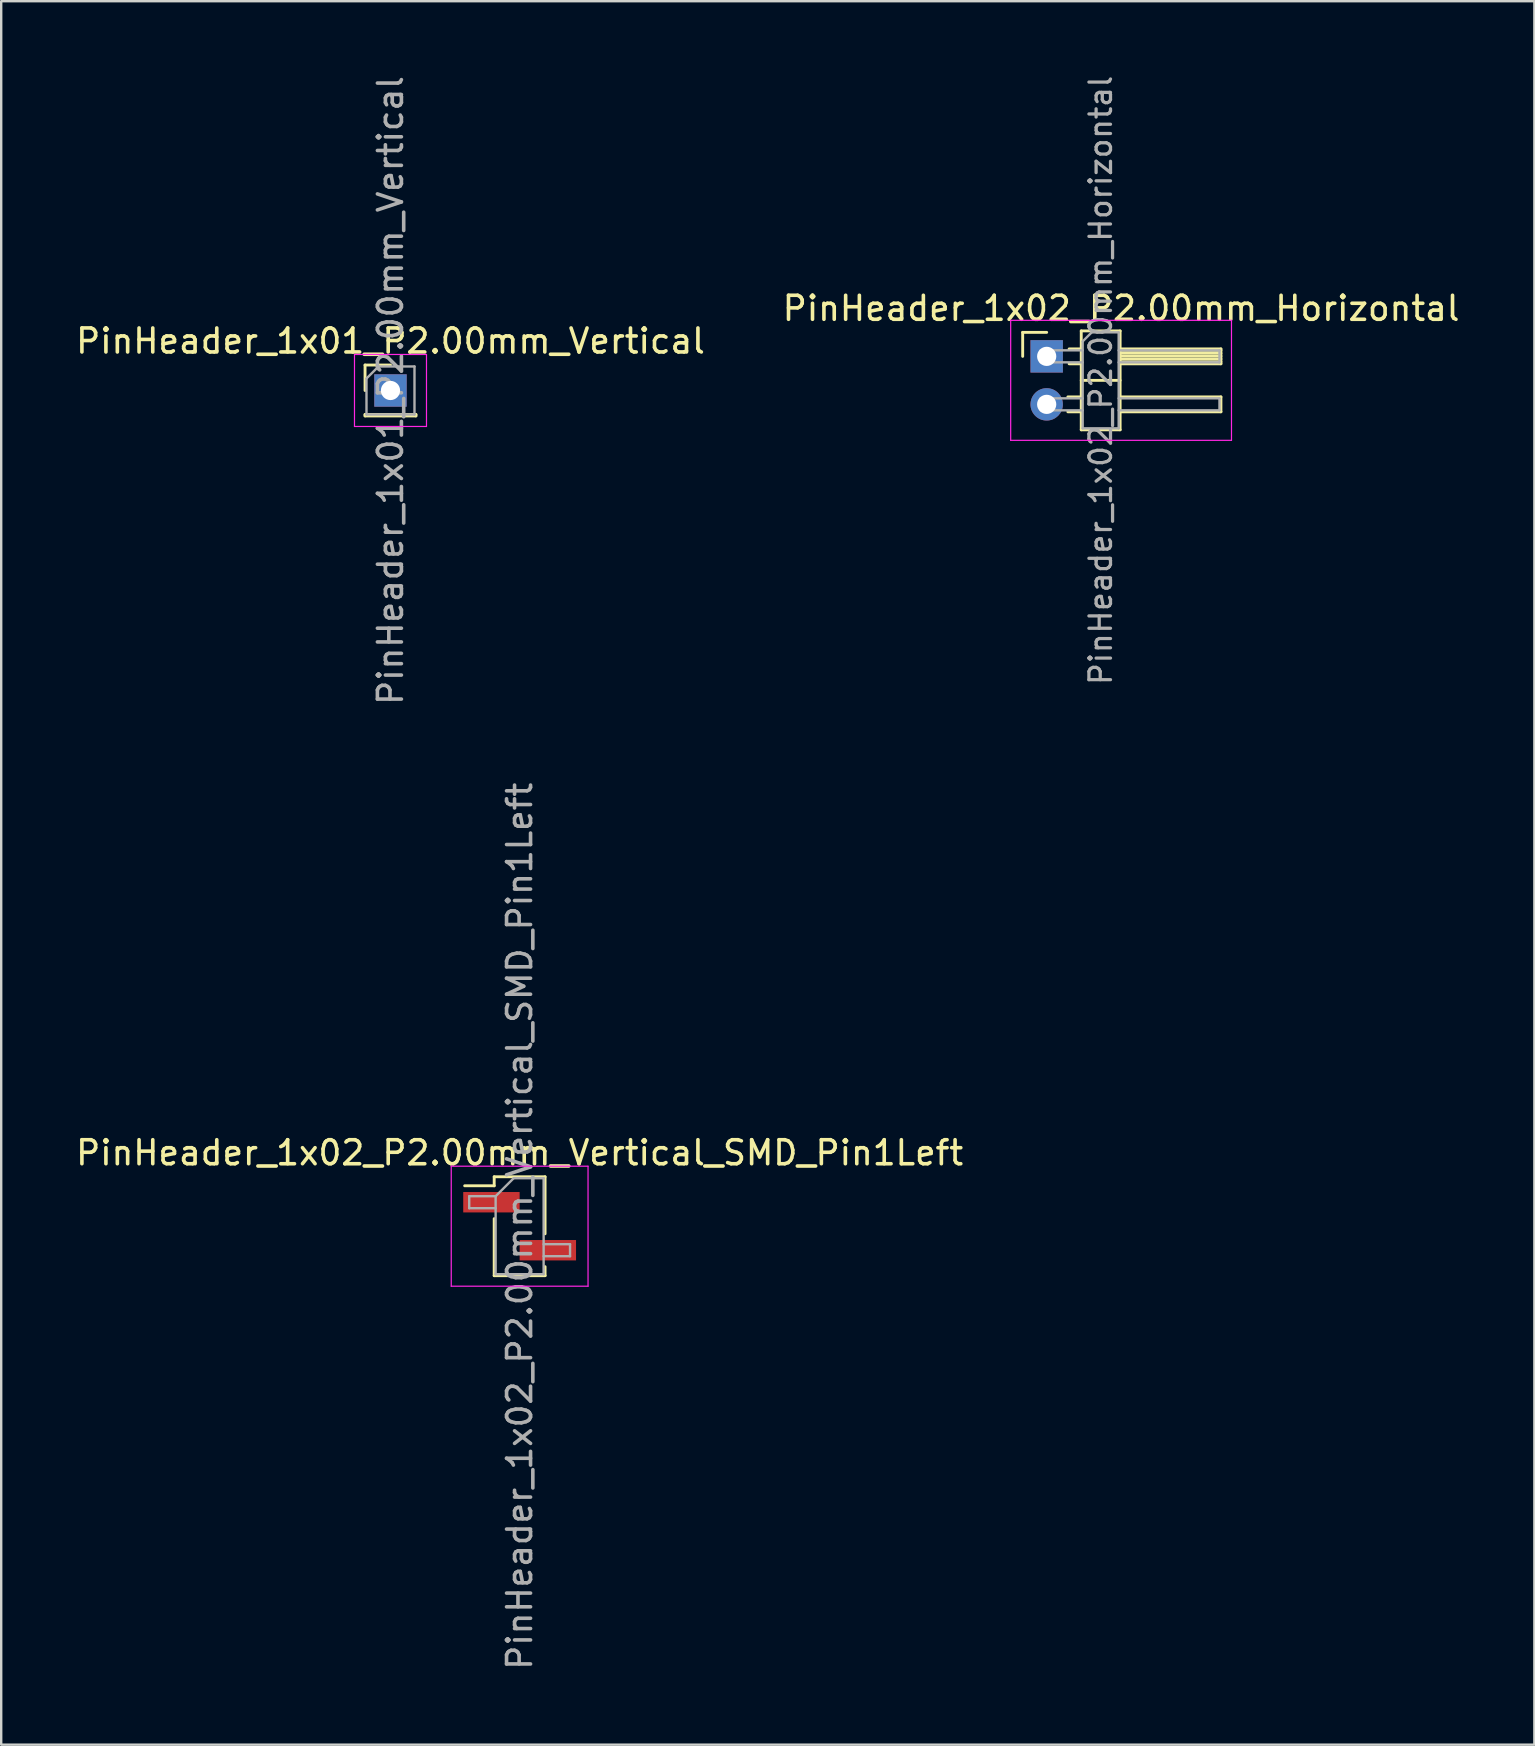
<source format=kicad_pcb>
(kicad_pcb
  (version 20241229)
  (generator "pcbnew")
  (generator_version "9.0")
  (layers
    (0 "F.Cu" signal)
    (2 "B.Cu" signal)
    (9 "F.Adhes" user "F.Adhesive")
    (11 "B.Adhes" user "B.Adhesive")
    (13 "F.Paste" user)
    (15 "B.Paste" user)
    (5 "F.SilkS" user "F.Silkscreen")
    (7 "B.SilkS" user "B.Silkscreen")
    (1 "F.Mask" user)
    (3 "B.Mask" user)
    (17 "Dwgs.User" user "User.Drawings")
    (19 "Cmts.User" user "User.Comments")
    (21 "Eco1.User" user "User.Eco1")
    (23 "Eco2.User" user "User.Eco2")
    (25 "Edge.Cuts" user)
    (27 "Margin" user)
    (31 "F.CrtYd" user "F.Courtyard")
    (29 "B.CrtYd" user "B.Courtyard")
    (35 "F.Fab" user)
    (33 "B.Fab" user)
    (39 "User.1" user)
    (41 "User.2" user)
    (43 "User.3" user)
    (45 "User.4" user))
  (footprint "PinHeader_1x02_P2.00mm_Horizontal"
    (layer "F.Cu")
    (at 40.561 11.798)
    (property "Reference" "PinHeader_1x02_P2.00mm_Horizontal" (at 3.1 -2 0) (layer "F.SilkS") (effects (font (size 1 1) (thickness 0.15))))
    (attr through_hole)
    (fp_line (start -1 -1) (end 0 -1) (stroke (width 0.12) (type solid)) (layer "F.SilkS"))
    (fp_line (start -1 0) (end -1 -1) (stroke (width 0.12) (type solid)) (layer "F.SilkS"))
    (fp_line (start 0.882 1.69) (end 1.44 1.69) (stroke (width 0.12) (type solid)) (layer "F.SilkS"))
    (fp_line (start 0.882 2.31) (end 1.44 2.31) (stroke (width 0.12) (type solid)) (layer "F.SilkS"))
    (fp_line (start 0.935 -0.31) (end 1.44 -0.31) (stroke (width 0.12) (type solid)) (layer "F.SilkS"))
    (fp_line (start 0.935 0.31) (end 1.44 0.31) (stroke (width 0.12) (type solid)) (layer "F.SilkS"))
    (fp_line (start 1.44 -1.06) (end 1.44 3.06) (stroke (width 0.12) (type solid)) (layer "F.SilkS"))
    (fp_line (start 1.44 1) (end 3.06 1) (stroke (width 0.12) (type solid)) (layer "F.SilkS"))
    (fp_line (start 1.44 3.06) (end 3.06 3.06) (stroke (width 0.12) (type solid)) (layer "F.SilkS"))
    (fp_line (start 3.06 -1.06) (end 1.44 -1.06) (stroke (width 0.12) (type solid)) (layer "F.SilkS"))
    (fp_line (start 3.06 -0.31) (end 7.26 -0.31) (stroke (width 0.12) (type solid)) (layer "F.SilkS"))
    (fp_line (start 3.06 -0.25) (end 7.26 -0.25) (stroke (width 0.12) (type solid)) (layer "F.SilkS"))
    (fp_line (start 3.06 -0.13) (end 7.26 -0.13) (stroke (width 0.12) (type solid)) (layer "F.SilkS"))
    (fp_line (start 3.06 -0.01) (end 7.26 -0.01) (stroke (width 0.12) (type solid)) (layer "F.SilkS"))
    (fp_line (start 3.06 0.11) (end 7.26 0.11) (stroke (width 0.12) (type solid)) (layer "F.SilkS"))
    (fp_line (start 3.06 0.23) (end 7.26 0.23) (stroke (width 0.12) (type solid)) (layer "F.SilkS"))
    (fp_line (start 3.06 1.69) (end 7.26 1.69) (stroke (width 0.12) (type solid)) (layer "F.SilkS"))
    (fp_line (start 3.06 3.06) (end 3.06 -1.06) (stroke (width 0.12) (type solid)) (layer "F.SilkS"))
    (fp_line (start 7.26 -0.31) (end 7.26 0.31) (stroke (width 0.12) (type solid)) (layer "F.SilkS"))
    (fp_line (start 7.26 0.31) (end 3.06 0.31) (stroke (width 0.12) (type solid)) (layer "F.SilkS"))
    (fp_line (start 7.26 1.69) (end 7.26 2.31) (stroke (width 0.12) (type solid)) (layer "F.SilkS"))
    (fp_line (start 7.26 2.31) (end 3.06 2.31) (stroke (width 0.12) (type solid)) (layer "F.SilkS"))
    (fp_line (start -1.5 -1.5) (end -1.5 3.5) (stroke (width 0.05) (type solid)) (layer "F.CrtYd"))
    (fp_line (start -1.5 3.5) (end 7.7 3.5) (stroke (width 0.05) (type solid)) (layer "F.CrtYd"))
    (fp_line (start 7.7 -1.5) (end -1.5 -1.5) (stroke (width 0.05) (type solid)) (layer "F.CrtYd"))
    (fp_line (start 7.7 3.5) (end 7.7 -1.5) (stroke (width 0.05) (type solid)) (layer "F.CrtYd"))
    (fp_line (start -0.25 -0.25) (end -0.25 0.25) (stroke (width 0.1) (type solid)) (layer "F.Fab"))
    (fp_line (start -0.25 -0.25) (end 1.5 -0.25) (stroke (width 0.1) (type solid)) (layer "F.Fab"))
    (fp_line (start -0.25 0.25) (end 1.5 0.25) (stroke (width 0.1) (type solid)) (layer "F.Fab"))
    (fp_line (start -0.25 1.75) (end -0.25 2.25) (stroke (width 0.1) (type solid)) (layer "F.Fab"))
    (fp_line (start -0.25 1.75) (end 1.5 1.75) (stroke (width 0.1) (type solid)) (layer "F.Fab"))
    (fp_line (start -0.25 2.25) (end 1.5 2.25) (stroke (width 0.1) (type solid)) (layer "F.Fab"))
    (fp_line (start 1.5 -0.625) (end 1.875 -1) (stroke (width 0.1) (type solid)) (layer "F.Fab"))
    (fp_line (start 1.5 3) (end 1.5 -0.625) (stroke (width 0.1) (type solid)) (layer "F.Fab"))
    (fp_line (start 1.875 -1) (end 3 -1) (stroke (width 0.1) (type solid)) (layer "F.Fab"))
    (fp_line (start 3 -1) (end 3 3) (stroke (width 0.1) (type solid)) (layer "F.Fab"))
    (fp_line (start 3 -0.25) (end 7.2 -0.25) (stroke (width 0.1) (type solid)) (layer "F.Fab"))
    (fp_line (start 3 0.25) (end 7.2 0.25) (stroke (width 0.1) (type solid)) (layer "F.Fab"))
    (fp_line (start 3 1.75) (end 7.2 1.75) (stroke (width 0.1) (type solid)) (layer "F.Fab"))
    (fp_line (start 3 2.25) (end 7.2 2.25) (stroke (width 0.1) (type solid)) (layer "F.Fab"))
    (fp_line (start 3 3) (end 1.5 3) (stroke (width 0.1) (type solid)) (layer "F.Fab"))
    (fp_line (start 7.2 -0.25) (end 7.2 0.25) (stroke (width 0.1) (type solid)) (layer "F.Fab"))
    (fp_line (start 7.2 1.75) (end 7.2 2.25) (stroke (width 0.1) (type solid)) (layer "F.Fab"))
    (fp_text user "${REFERENCE}" (at 2.25 1 90) (layer "F.Fab") (effects (font (size 0.9 0.9) (thickness 0.135))))
    (pad "1" thru_hole rect (at 0 0) (size 1.35 1.35) (drill 0.8) (layers "*.Cu" "*.Mask"))
    (pad "2" thru_hole oval (at 0 2) (size 1.35 1.35) (drill 0.8) (layers "*.Cu" "*.Mask")))
  (footprint "PinHeader_1x01_P2.00mm_Vertical"
    (layer "F.Cu")
    (at 13.22 13.22)
    (property "Reference" "PinHeader_1x01_P2.00mm_Vertical" (at 0 -2.06 0) (layer "F.SilkS") (effects (font (size 1 1) (thickness 0.15))))
    (attr through_hole)
    (fp_line (start -1.06 -1.06) (end 0 -1.06) (stroke (width 0.12) (type solid)) (layer "F.SilkS"))
    (fp_line (start -1.06 0) (end -1.06 -1.06) (stroke (width 0.12) (type solid)) (layer "F.SilkS"))
    (fp_line (start -1.06 1) (end -1.06 1.06) (stroke (width 0.12) (type solid)) (layer "F.SilkS"))
    (fp_line (start -1.06 1) (end 1.06 1) (stroke (width 0.12) (type solid)) (layer "F.SilkS"))
    (fp_line (start -1.06 1.06) (end 1.06 1.06) (stroke (width 0.12) (type solid)) (layer "F.SilkS"))
    (fp_line (start 1.06 1) (end 1.06 1.06) (stroke (width 0.12) (type solid)) (layer "F.SilkS"))
    (fp_line (start -1.5 -1.5) (end -1.5 1.5) (stroke (width 0.05) (type solid)) (layer "F.CrtYd"))
    (fp_line (start -1.5 1.5) (end 1.5 1.5) (stroke (width 0.05) (type solid)) (layer "F.CrtYd"))
    (fp_line (start 1.5 -1.5) (end -1.5 -1.5) (stroke (width 0.05) (type solid)) (layer "F.CrtYd"))
    (fp_line (start 1.5 1.5) (end 1.5 -1.5) (stroke (width 0.05) (type solid)) (layer "F.CrtYd"))
    (fp_line (start -1 -0.5) (end -0.5 -1) (stroke (width 0.1) (type solid)) (layer "F.Fab"))
    (fp_line (start -1 1) (end -1 -0.5) (stroke (width 0.1) (type solid)) (layer "F.Fab"))
    (fp_line (start -0.5 -1) (end 1 -1) (stroke (width 0.1) (type solid)) (layer "F.Fab"))
    (fp_line (start 1 -1) (end 1 1) (stroke (width 0.1) (type solid)) (layer "F.Fab"))
    (fp_line (start 1 1) (end -1 1) (stroke (width 0.1) (type solid)) (layer "F.Fab"))
    (fp_text user "${REFERENCE}" (at 0 0 90) (layer "F.Fab") (effects (font (size 1 1) (thickness 0.15))))
    (pad "1" thru_hole rect (at 0 0) (size 1.35 1.35) (drill 0.8) (layers "*.Cu" "*.Mask")))
  (footprint "PinHeader_1x02_P2.00mm_Vertical_SMD_Pin1Left"
    (layer "F.Cu")
    (at 18.601 48.042)
    (property "Reference" "PinHeader_1x02_P2.00mm_Vertical_SMD_Pin1Left" (at 0 -3.06 0) (layer "F.SilkS") (effects (font (size 1 1) (thickness 0.15))))
    (attr smd)
    (fp_line (start -1.06 -2.06) (end -1.06 -1.685) (stroke (width 0.12) (type solid)) (layer "F.SilkS"))
    (fp_line (start -1.06 -2.06) (end 1.06 -2.06) (stroke (width 0.12) (type solid)) (layer "F.SilkS"))
    (fp_line (start -1.06 -1.685) (end -2.29 -1.685) (stroke (width 0.12) (type solid)) (layer "F.SilkS"))
    (fp_line (start -1.06 -0.315) (end -1.06 2.06) (stroke (width 0.12) (type solid)) (layer "F.SilkS"))
    (fp_line (start -1.06 2.06) (end 1.06 2.06) (stroke (width 0.12) (type solid)) (layer "F.SilkS"))
    (fp_line (start 1.06 -2.06) (end 1.06 0.315) (stroke (width 0.12) (type solid)) (layer "F.SilkS"))
    (fp_line (start 1.06 1.685) (end 1.06 2.06) (stroke (width 0.12) (type solid)) (layer "F.SilkS"))
    (fp_line (start -2.85 -2.5) (end -2.85 2.5) (stroke (width 0.05) (type solid)) (layer "F.CrtYd"))
    (fp_line (start -2.85 2.5) (end 2.85 2.5) (stroke (width 0.05) (type solid)) (layer "F.CrtYd"))
    (fp_line (start 2.85 -2.5) (end -2.85 -2.5) (stroke (width 0.05) (type solid)) (layer "F.CrtYd"))
    (fp_line (start 2.85 2.5) (end 2.85 -2.5) (stroke (width 0.05) (type solid)) (layer "F.CrtYd"))
    (fp_line (start -2.1 -1.25) (end -2.1 -0.75) (stroke (width 0.1) (type solid)) (layer "F.Fab"))
    (fp_line (start -2.1 -0.75) (end -1 -0.75) (stroke (width 0.1) (type solid)) (layer "F.Fab"))
    (fp_line (start -1 -1.25) (end -2.1 -1.25) (stroke (width 0.1) (type solid)) (layer "F.Fab"))
    (fp_line (start -1 -1.25) (end -0.25 -2) (stroke (width 0.1) (type solid)) (layer "F.Fab"))
    (fp_line (start -1 2) (end -1 -1.25) (stroke (width 0.1) (type solid)) (layer "F.Fab"))
    (fp_line (start -0.25 -2) (end 1 -2) (stroke (width 0.1) (type solid)) (layer "F.Fab"))
    (fp_line (start 1 -2) (end 1 2) (stroke (width 0.1) (type solid)) (layer "F.Fab"))
    (fp_line (start 1 0.75) (end 2.1 0.75) (stroke (width 0.1) (type solid)) (layer "F.Fab"))
    (fp_line (start 1 2) (end -1 2) (stroke (width 0.1) (type solid)) (layer "F.Fab"))
    (fp_line (start 2.1 0.75) (end 2.1 1.25) (stroke (width 0.1) (type solid)) (layer "F.Fab"))
    (fp_line (start 2.1 1.25) (end 1 1.25) (stroke (width 0.1) (type solid)) (layer "F.Fab"))
    (fp_text user "${REFERENCE}" (at 0 0 90) (layer "F.Fab") (effects (font (size 1 1) (thickness 0.15))))
    (pad "1" smd rect (at -1.175 -1) (size 2.35 0.85) (layers "F.Cu" "F.Mask" "F.Paste"))
    (pad "2" smd rect (at 1.175 1) (size 2.35 0.85) (layers "F.Cu" "F.Mask" "F.Paste")))
  (gr_rect
    (start -3 -3)
    (end 60.881 69.643)
    (stroke (width 0.1) (type default))
    (fill no)
    (layer "Edge.Cuts")))
</source>
